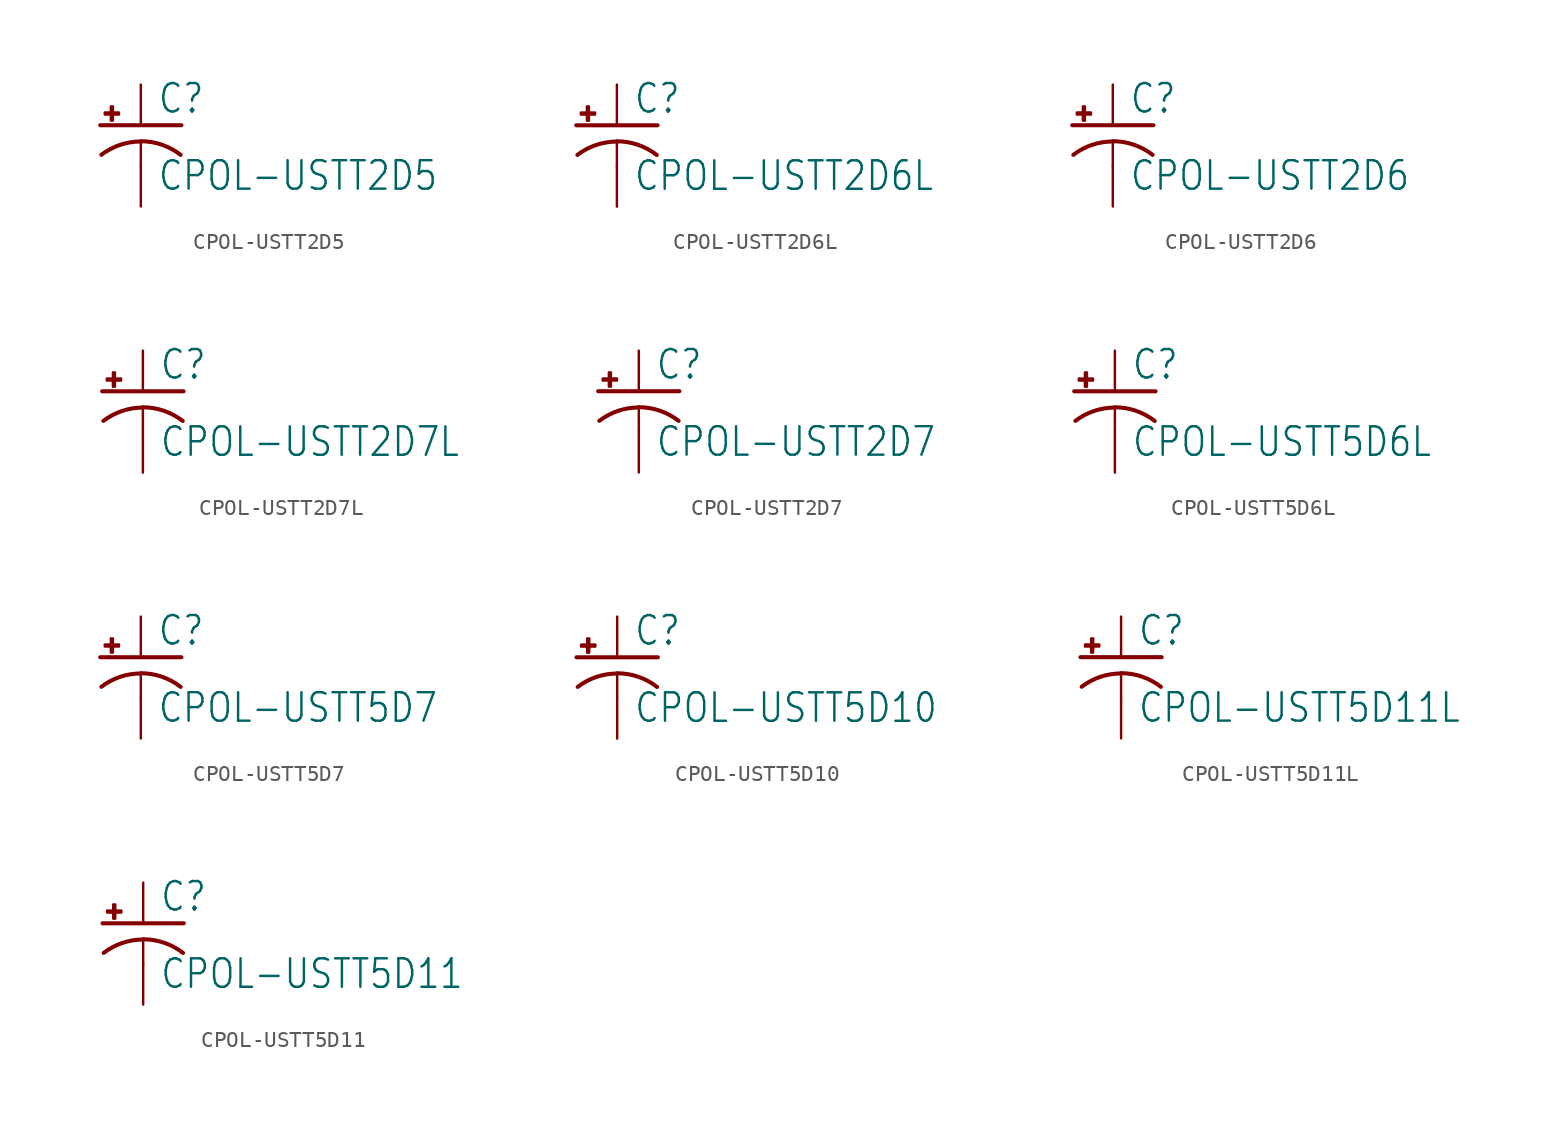
<source format=kicad_sym>
(kicad_symbol_lib
  (version 20220914)
  (generator kicad_symbol_editor)
  (symbol "CPOL-USTT2D5"
    (property "Reference" "C"
      (at 1.016 0.635 0)
      (effects (font (size 1.778 1.511)) (justify left bottom)))
    (property "Value" "CPOL-USTT2D5"
      (at 1.016 -4.191 0)
      (effects (font (size 1.778 1.511)) (justify left bottom)))
    (property "ki_locked" ""
      (at 0 0 0)
      (effects (font (size 1.27 1.27))))
    (symbol "CPOL-USTT2D5_1_0"
      (rectangle (start -2.253 0.668) (end -1.364 0.795) (stroke (width 0) (type default)) (fill (type outline)))
      (rectangle (start -1.872 0.287) (end -1.745 1.176) (stroke (width 0) (type default)) (fill (type outline)))
      (arc (start 0 -1.0161) (mid -1.3021 -1.2302) (end -2.4669 -1.8504) (stroke (width 0.254) (type default)) (fill (type none)))
      (polyline (pts (xy -2.54 0) (xy 2.54 0)) (stroke (width 0.254) (type default)) (fill (type none)))
      (polyline (pts (xy 0 -1.016) (xy 0 -2.54)) (stroke (width 0.152) (type default)) (fill (type none)))
      (arc (start 2.4892 -1.8542) (mid 1.3158 -1.2195) (end 0 -1) (stroke (width 0.254) (type default)) (fill (type none)))
      (pin passive line (at 0 2.54 270) (length 2.54) (name "+" (effects (font (size 0 0)))) (number "+" (effects (font (size 0 0)))))
      (pin passive line (at 0 -5.08 90) (length 2.54) (name "-" (effects (font (size 0 0)))) (number "-" (effects (font (size 0 0)))))))
  (symbol "CPOL-USTT2D6L"
    (property "Reference" "C"
      (at 1.016 0.635 0)
      (effects (font (size 1.778 1.511)) (justify left bottom)))
    (property "Value" "CPOL-USTT2D6L"
      (at 1.016 -4.191 0)
      (effects (font (size 1.778 1.511)) (justify left bottom)))
    (property "ki_locked" ""
      (at 0 0 0)
      (effects (font (size 1.27 1.27))))
    (symbol "CPOL-USTT2D6L_1_0"
      (rectangle (start -2.253 0.668) (end -1.364 0.795) (stroke (width 0) (type default)) (fill (type outline)))
      (rectangle (start -1.872 0.287) (end -1.745 1.176) (stroke (width 0) (type default)) (fill (type outline)))
      (arc (start 0 -1.0161) (mid -1.3021 -1.2302) (end -2.4669 -1.8504) (stroke (width 0.254) (type default)) (fill (type none)))
      (polyline (pts (xy -2.54 0) (xy 2.54 0)) (stroke (width 0.254) (type default)) (fill (type none)))
      (polyline (pts (xy 0 -1.016) (xy 0 -2.54)) (stroke (width 0.152) (type default)) (fill (type none)))
      (arc (start 2.4892 -1.8542) (mid 1.3158 -1.2195) (end 0 -1) (stroke (width 0.254) (type default)) (fill (type none)))
      (pin passive line (at 0 2.54 270) (length 2.54) (name "+" (effects (font (size 0 0)))) (number "+" (effects (font (size 0 0)))))
      (pin passive line (at 0 -5.08 90) (length 2.54) (name "-" (effects (font (size 0 0)))) (number "-" (effects (font (size 0 0)))))))
  (symbol "CPOL-USTT2D6"
    (property "Reference" "C"
      (at 1.016 0.635 0)
      (effects (font (size 1.778 1.511)) (justify left bottom)))
    (property "Value" "CPOL-USTT2D6"
      (at 1.016 -4.191 0)
      (effects (font (size 1.778 1.511)) (justify left bottom)))
    (property "ki_locked" ""
      (at 0 0 0)
      (effects (font (size 1.27 1.27))))
    (symbol "CPOL-USTT2D6_1_0"
      (rectangle (start -2.253 0.668) (end -1.364 0.795) (stroke (width 0) (type default)) (fill (type outline)))
      (rectangle (start -1.872 0.287) (end -1.745 1.176) (stroke (width 0) (type default)) (fill (type outline)))
      (arc (start 0 -1.0161) (mid -1.3021 -1.2302) (end -2.4669 -1.8504) (stroke (width 0.254) (type default)) (fill (type none)))
      (polyline (pts (xy -2.54 0) (xy 2.54 0)) (stroke (width 0.254) (type default)) (fill (type none)))
      (polyline (pts (xy 0 -1.016) (xy 0 -2.54)) (stroke (width 0.152) (type default)) (fill (type none)))
      (arc (start 2.4892 -1.8542) (mid 1.3158 -1.2195) (end 0 -1) (stroke (width 0.254) (type default)) (fill (type none)))
      (pin passive line (at 0 2.54 270) (length 2.54) (name "+" (effects (font (size 0 0)))) (number "+" (effects (font (size 0 0)))))
      (pin passive line (at 0 -5.08 90) (length 2.54) (name "-" (effects (font (size 0 0)))) (number "-" (effects (font (size 0 0)))))))
  (symbol "CPOL-USTT2D7L"
    (property "Reference" "C"
      (at 1.016 0.635 0)
      (effects (font (size 1.778 1.511)) (justify left bottom)))
    (property "Value" "CPOL-USTT2D7L"
      (at 1.016 -4.191 0)
      (effects (font (size 1.778 1.511)) (justify left bottom)))
    (property "ki_locked" ""
      (at 0 0 0)
      (effects (font (size 1.27 1.27))))
    (symbol "CPOL-USTT2D7L_1_0"
      (rectangle (start -2.253 0.668) (end -1.364 0.795) (stroke (width 0) (type default)) (fill (type outline)))
      (rectangle (start -1.872 0.287) (end -1.745 1.176) (stroke (width 0) (type default)) (fill (type outline)))
      (arc (start 0 -1.0161) (mid -1.3021 -1.2302) (end -2.4669 -1.8504) (stroke (width 0.254) (type default)) (fill (type none)))
      (polyline (pts (xy -2.54 0) (xy 2.54 0)) (stroke (width 0.254) (type default)) (fill (type none)))
      (polyline (pts (xy 0 -1.016) (xy 0 -2.54)) (stroke (width 0.152) (type default)) (fill (type none)))
      (arc (start 2.4892 -1.8542) (mid 1.3158 -1.2195) (end 0 -1) (stroke (width 0.254) (type default)) (fill (type none)))
      (pin passive line (at 0 2.54 270) (length 2.54) (name "+" (effects (font (size 0 0)))) (number "+" (effects (font (size 0 0)))))
      (pin passive line (at 0 -5.08 90) (length 2.54) (name "-" (effects (font (size 0 0)))) (number "-" (effects (font (size 0 0)))))))
  (symbol "CPOL-USTT2D7"
    (property "Reference" "C"
      (at 1.016 0.635 0)
      (effects (font (size 1.778 1.511)) (justify left bottom)))
    (property "Value" "CPOL-USTT2D7"
      (at 1.016 -4.191 0)
      (effects (font (size 1.778 1.511)) (justify left bottom)))
    (property "ki_locked" ""
      (at 0 0 0)
      (effects (font (size 1.27 1.27))))
    (symbol "CPOL-USTT2D7_1_0"
      (rectangle (start -2.253 0.668) (end -1.364 0.795) (stroke (width 0) (type default)) (fill (type outline)))
      (rectangle (start -1.872 0.287) (end -1.745 1.176) (stroke (width 0) (type default)) (fill (type outline)))
      (arc (start 0 -1.0161) (mid -1.3021 -1.2302) (end -2.4669 -1.8504) (stroke (width 0.254) (type default)) (fill (type none)))
      (polyline (pts (xy -2.54 0) (xy 2.54 0)) (stroke (width 0.254) (type default)) (fill (type none)))
      (polyline (pts (xy 0 -1.016) (xy 0 -2.54)) (stroke (width 0.152) (type default)) (fill (type none)))
      (arc (start 2.4892 -1.8542) (mid 1.3158 -1.2195) (end 0 -1) (stroke (width 0.254) (type default)) (fill (type none)))
      (pin passive line (at 0 2.54 270) (length 2.54) (name "+" (effects (font (size 0 0)))) (number "+" (effects (font (size 0 0)))))
      (pin passive line (at 0 -5.08 90) (length 2.54) (name "-" (effects (font (size 0 0)))) (number "-" (effects (font (size 0 0)))))))
  (symbol "CPOL-USTT5D6L"
    (property "Reference" "C"
      (at 1.016 0.635 0)
      (effects (font (size 1.778 1.511)) (justify left bottom)))
    (property "Value" "CPOL-USTT5D6L"
      (at 1.016 -4.191 0)
      (effects (font (size 1.778 1.511)) (justify left bottom)))
    (property "ki_locked" ""
      (at 0 0 0)
      (effects (font (size 1.27 1.27))))
    (symbol "CPOL-USTT5D6L_1_0"
      (rectangle (start -2.253 0.668) (end -1.364 0.795) (stroke (width 0) (type default)) (fill (type outline)))
      (rectangle (start -1.872 0.287) (end -1.745 1.176) (stroke (width 0) (type default)) (fill (type outline)))
      (arc (start 0 -1.0161) (mid -1.3021 -1.2302) (end -2.4669 -1.8504) (stroke (width 0.254) (type default)) (fill (type none)))
      (polyline (pts (xy -2.54 0) (xy 2.54 0)) (stroke (width 0.254) (type default)) (fill (type none)))
      (polyline (pts (xy 0 -1.016) (xy 0 -2.54)) (stroke (width 0.152) (type default)) (fill (type none)))
      (arc (start 2.4892 -1.8542) (mid 1.3158 -1.2195) (end 0 -1) (stroke (width 0.254) (type default)) (fill (type none)))
      (pin passive line (at 0 2.54 270) (length 2.54) (name "+" (effects (font (size 0 0)))) (number "+" (effects (font (size 0 0)))))
      (pin passive line (at 0 -5.08 90) (length 2.54) (name "-" (effects (font (size 0 0)))) (number "-" (effects (font (size 0 0)))))))
  (symbol "CPOL-USTT5D7"
    (property "Reference" "C"
      (at 1.016 0.635 0)
      (effects (font (size 1.778 1.511)) (justify left bottom)))
    (property "Value" "CPOL-USTT5D7"
      (at 1.016 -4.191 0)
      (effects (font (size 1.778 1.511)) (justify left bottom)))
    (property "ki_locked" ""
      (at 0 0 0)
      (effects (font (size 1.27 1.27))))
    (symbol "CPOL-USTT5D7_1_0"
      (rectangle (start -2.253 0.668) (end -1.364 0.795) (stroke (width 0) (type default)) (fill (type outline)))
      (rectangle (start -1.872 0.287) (end -1.745 1.176) (stroke (width 0) (type default)) (fill (type outline)))
      (arc (start 0 -1.0161) (mid -1.3021 -1.2302) (end -2.4669 -1.8504) (stroke (width 0.254) (type default)) (fill (type none)))
      (polyline (pts (xy -2.54 0) (xy 2.54 0)) (stroke (width 0.254) (type default)) (fill (type none)))
      (polyline (pts (xy 0 -1.016) (xy 0 -2.54)) (stroke (width 0.152) (type default)) (fill (type none)))
      (arc (start 2.4892 -1.8542) (mid 1.3158 -1.2195) (end 0 -1) (stroke (width 0.254) (type default)) (fill (type none)))
      (pin passive line (at 0 2.54 270) (length 2.54) (name "+" (effects (font (size 0 0)))) (number "+" (effects (font (size 0 0)))))
      (pin passive line (at 0 -5.08 90) (length 2.54) (name "-" (effects (font (size 0 0)))) (number "-" (effects (font (size 0 0)))))))
  (symbol "CPOL-USTT5D10"
    (property "Reference" "C"
      (at 1.016 0.635 0)
      (effects (font (size 1.778 1.511)) (justify left bottom)))
    (property "Value" "CPOL-USTT5D10"
      (at 1.016 -4.191 0)
      (effects (font (size 1.778 1.511)) (justify left bottom)))
    (property "ki_locked" ""
      (at 0 0 0)
      (effects (font (size 1.27 1.27))))
    (symbol "CPOL-USTT5D10_1_0"
      (rectangle (start -2.253 0.668) (end -1.364 0.795) (stroke (width 0) (type default)) (fill (type outline)))
      (rectangle (start -1.872 0.287) (end -1.745 1.176) (stroke (width 0) (type default)) (fill (type outline)))
      (arc (start 0 -1.0161) (mid -1.3021 -1.2302) (end -2.4669 -1.8504) (stroke (width 0.254) (type default)) (fill (type none)))
      (polyline (pts (xy -2.54 0) (xy 2.54 0)) (stroke (width 0.254) (type default)) (fill (type none)))
      (polyline (pts (xy 0 -1.016) (xy 0 -2.54)) (stroke (width 0.152) (type default)) (fill (type none)))
      (arc (start 2.4892 -1.8542) (mid 1.3158 -1.2195) (end 0 -1) (stroke (width 0.254) (type default)) (fill (type none)))
      (pin passive line (at 0 2.54 270) (length 2.54) (name "+" (effects (font (size 0 0)))) (number "+" (effects (font (size 0 0)))))
      (pin passive line (at 0 -5.08 90) (length 2.54) (name "-" (effects (font (size 0 0)))) (number "-" (effects (font (size 0 0)))))))
  (symbol "CPOL-USTT5D11L"
    (property "Reference" "C"
      (at 1.016 0.635 0)
      (effects (font (size 1.778 1.511)) (justify left bottom)))
    (property "Value" "CPOL-USTT5D11L"
      (at 1.016 -4.191 0)
      (effects (font (size 1.778 1.511)) (justify left bottom)))
    (property "ki_locked" ""
      (at 0 0 0)
      (effects (font (size 1.27 1.27))))
    (symbol "CPOL-USTT5D11L_1_0"
      (rectangle (start -2.253 0.668) (end -1.364 0.795) (stroke (width 0) (type default)) (fill (type outline)))
      (rectangle (start -1.872 0.287) (end -1.745 1.176) (stroke (width 0) (type default)) (fill (type outline)))
      (arc (start 0 -1.0161) (mid -1.3021 -1.2302) (end -2.4669 -1.8504) (stroke (width 0.254) (type default)) (fill (type none)))
      (polyline (pts (xy -2.54 0) (xy 2.54 0)) (stroke (width 0.254) (type default)) (fill (type none)))
      (polyline (pts (xy 0 -1.016) (xy 0 -2.54)) (stroke (width 0.152) (type default)) (fill (type none)))
      (arc (start 2.4892 -1.8542) (mid 1.3158 -1.2195) (end 0 -1) (stroke (width 0.254) (type default)) (fill (type none)))
      (pin passive line (at 0 2.54 270) (length 2.54) (name "+" (effects (font (size 0 0)))) (number "+" (effects (font (size 0 0)))))
      (pin passive line (at 0 -5.08 90) (length 2.54) (name "-" (effects (font (size 0 0)))) (number "-" (effects (font (size 0 0)))))))
  (symbol "CPOL-USTT5D11"
    (property "Reference" "C"
      (at 1.016 0.635 0)
      (effects (font (size 1.778 1.511)) (justify left bottom)))
    (property "Value" "CPOL-USTT5D11"
      (at 1.016 -4.191 0)
      (effects (font (size 1.778 1.511)) (justify left bottom)))
    (property "ki_locked" ""
      (at 0 0 0)
      (effects (font (size 1.27 1.27))))
    (symbol "CPOL-USTT5D11_1_0"
      (rectangle (start -2.253 0.668) (end -1.364 0.795) (stroke (width 0) (type default)) (fill (type outline)))
      (rectangle (start -1.872 0.287) (end -1.745 1.176) (stroke (width 0) (type default)) (fill (type outline)))
      (arc (start 0 -1.0161) (mid -1.3021 -1.2302) (end -2.4669 -1.8504) (stroke (width 0.254) (type default)) (fill (type none)))
      (polyline (pts (xy -2.54 0) (xy 2.54 0)) (stroke (width 0.254) (type default)) (fill (type none)))
      (polyline (pts (xy 0 -1.016) (xy 0 -2.54)) (stroke (width 0.152) (type default)) (fill (type none)))
      (arc (start 2.4892 -1.8542) (mid 1.3158 -1.2195) (end 0 -1) (stroke (width 0.254) (type default)) (fill (type none)))
      (pin passive line (at 0 2.54 270) (length 2.54) (name "+" (effects (font (size 0 0)))) (number "+" (effects (font (size 0 0)))))
      (pin passive line (at 0 -5.08 90) (length 2.54) (name "-" (effects (font (size 0 0)))) (number "-" (effects (font (size 0 0))))))))
</source>
